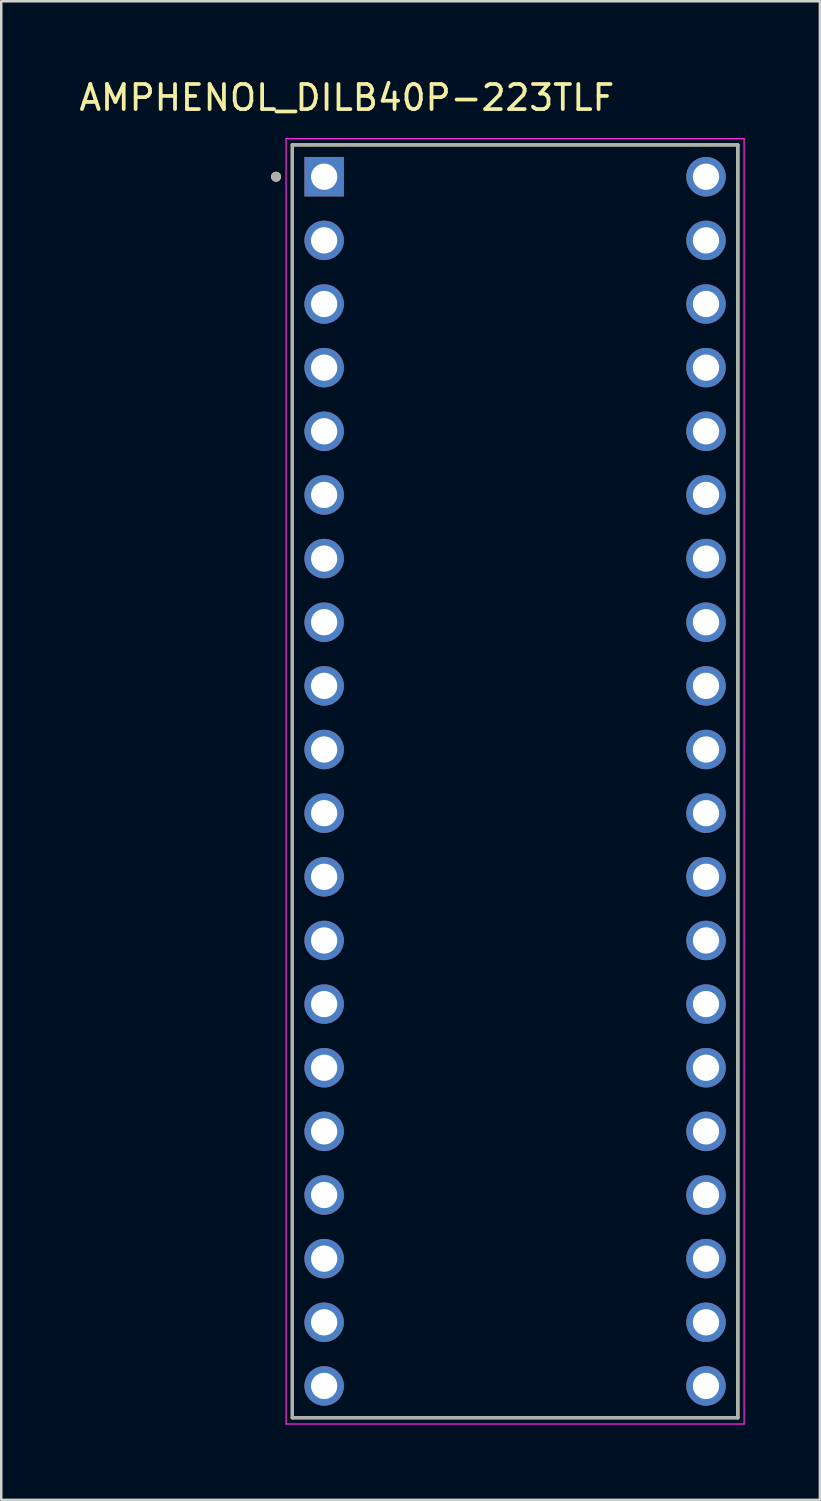
<source format=kicad_pcb>
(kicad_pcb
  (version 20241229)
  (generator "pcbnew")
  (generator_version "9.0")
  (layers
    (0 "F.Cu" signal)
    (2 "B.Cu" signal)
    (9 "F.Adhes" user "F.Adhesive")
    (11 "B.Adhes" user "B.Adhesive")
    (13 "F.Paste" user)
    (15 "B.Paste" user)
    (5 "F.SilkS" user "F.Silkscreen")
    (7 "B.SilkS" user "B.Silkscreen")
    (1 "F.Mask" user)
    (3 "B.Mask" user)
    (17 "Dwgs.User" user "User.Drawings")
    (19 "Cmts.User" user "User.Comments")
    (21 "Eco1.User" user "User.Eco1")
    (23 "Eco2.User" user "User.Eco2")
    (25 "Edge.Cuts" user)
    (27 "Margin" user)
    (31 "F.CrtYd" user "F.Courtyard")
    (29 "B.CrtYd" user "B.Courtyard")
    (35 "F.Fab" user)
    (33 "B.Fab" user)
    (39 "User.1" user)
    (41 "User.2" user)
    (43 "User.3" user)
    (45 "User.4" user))
  (footprint "AMPHENOL_DILB40P-223TLF"
    (layer "F.Cu")
    (at 17.507 28.133)
    (property "Reference" "AMPHENOL_DILB40P-223TLF" (at -6.715 -27.285 0) (layer "F.SilkS") (effects (font (size 1 1) (thickness 0.15))))
    (attr through_hole)
    (fp_line (start -8.89 -25.4) (end 8.89 -25.4) (stroke (width 0.127) (type solid)) (layer "F.SilkS"))
    (fp_line (start -8.89 25.4) (end -8.89 -25.4) (stroke (width 0.127) (type solid)) (layer "F.SilkS"))
    (fp_line (start 8.89 25.4) (end -8.89 25.4) (stroke (width 0.127) (type solid)) (layer "F.SilkS"))
    (fp_line (start 8.89 25.4) (end 8.89 -25.4) (stroke (width 0.127) (type solid)) (layer "F.SilkS"))
    (fp_circle (center -9.54 -24.13) (end -9.44 -24.13) (stroke (width 0.2) (type solid)) (fill no) (layer "F.SilkS"))
    (fp_line (start -9.14 -25.65) (end 9.14 -25.65) (stroke (width 0.05) (type solid)) (layer "F.CrtYd"))
    (fp_line (start -9.14 25.65) (end -9.14 -25.65) (stroke (width 0.05) (type solid)) (layer "F.CrtYd"))
    (fp_line (start 9.14 -25.65) (end 9.14 25.65) (stroke (width 0.05) (type solid)) (layer "F.CrtYd"))
    (fp_line (start 9.14 25.65) (end -9.14 25.65) (stroke (width 0.05) (type solid)) (layer "F.CrtYd"))
    (fp_line (start -8.89 -25.4) (end 8.89 -25.4) (stroke (width 0.127) (type solid)) (layer "F.Fab"))
    (fp_line (start -8.89 25.4) (end -8.89 -25.4) (stroke (width 0.127) (type solid)) (layer "F.Fab"))
    (fp_line (start 8.89 -25.4) (end 8.89 25.4) (stroke (width 0.127) (type solid)) (layer "F.Fab"))
    (fp_line (start 8.89 25.4) (end -8.89 25.4) (stroke (width 0.127) (type solid)) (layer "F.Fab"))
    (fp_circle (center -9.54 -24.13) (end -9.44 -24.13) (stroke (width 0.2) (type solid)) (fill no) (layer "F.Fab"))
    (pad "01" thru_hole rect (at -7.62 -24.13) (size 1.575 1.575) (drill 1.05) (layers "*.Cu" "*.Mask"))
    (pad "02" thru_hole circle (at -7.62 -21.59) (size 1.575 1.575) (drill 1.05) (layers "*.Cu" "*.Mask"))
    (pad "03" thru_hole circle (at -7.62 -19.05) (size 1.575 1.575) (drill 1.05) (layers "*.Cu" "*.Mask"))
    (pad "04" thru_hole circle (at -7.62 -16.51) (size 1.575 1.575) (drill 1.05) (layers "*.Cu" "*.Mask"))
    (pad "05" thru_hole circle (at -7.62 -13.97) (size 1.575 1.575) (drill 1.05) (layers "*.Cu" "*.Mask"))
    (pad "06" thru_hole circle (at -7.62 -11.43) (size 1.575 1.575) (drill 1.05) (layers "*.Cu" "*.Mask"))
    (pad "07" thru_hole circle (at -7.62 -8.89) (size 1.575 1.575) (drill 1.05) (layers "*.Cu" "*.Mask"))
    (pad "08" thru_hole circle (at -7.62 -6.35) (size 1.575 1.575) (drill 1.05) (layers "*.Cu" "*.Mask"))
    (pad "09" thru_hole circle (at -7.62 -3.81) (size 1.575 1.575) (drill 1.05) (layers "*.Cu" "*.Mask"))
    (pad "10" thru_hole circle (at -7.62 -1.27) (size 1.575 1.575) (drill 1.05) (layers "*.Cu" "*.Mask"))
    (pad "11" thru_hole circle (at -7.62 1.27) (size 1.575 1.575) (drill 1.05) (layers "*.Cu" "*.Mask"))
    (pad "12" thru_hole circle (at -7.62 3.81) (size 1.575 1.575) (drill 1.05) (layers "*.Cu" "*.Mask"))
    (pad "13" thru_hole circle (at -7.62 6.35) (size 1.575 1.575) (drill 1.05) (layers "*.Cu" "*.Mask"))
    (pad "14" thru_hole circle (at -7.62 8.89) (size 1.575 1.575) (drill 1.05) (layers "*.Cu" "*.Mask"))
    (pad "15" thru_hole circle (at -7.62 11.43) (size 1.575 1.575) (drill 1.05) (layers "*.Cu" "*.Mask"))
    (pad "16" thru_hole circle (at -7.62 13.97) (size 1.575 1.575) (drill 1.05) (layers "*.Cu" "*.Mask"))
    (pad "17" thru_hole circle (at -7.62 16.51) (size 1.575 1.575) (drill 1.05) (layers "*.Cu" "*.Mask"))
    (pad "18" thru_hole circle (at -7.62 19.05) (size 1.575 1.575) (drill 1.05) (layers "*.Cu" "*.Mask"))
    (pad "19" thru_hole circle (at -7.62 21.59) (size 1.575 1.575) (drill 1.05) (layers "*.Cu" "*.Mask"))
    (pad "20" thru_hole circle (at -7.62 24.13) (size 1.575 1.575) (drill 1.05) (layers "*.Cu" "*.Mask"))
    (pad "21" thru_hole circle (at 7.62 24.13) (size 1.575 1.575) (drill 1.05) (layers "*.Cu" "*.Mask"))
    (pad "22" thru_hole circle (at 7.62 21.59) (size 1.575 1.575) (drill 1.05) (layers "*.Cu" "*.Mask"))
    (pad "23" thru_hole circle (at 7.62 19.05) (size 1.575 1.575) (drill 1.05) (layers "*.Cu" "*.Mask"))
    (pad "24" thru_hole circle (at 7.62 16.51) (size 1.575 1.575) (drill 1.05) (layers "*.Cu" "*.Mask"))
    (pad "25" thru_hole circle (at 7.62 13.97) (size 1.575 1.575) (drill 1.05) (layers "*.Cu" "*.Mask"))
    (pad "26" thru_hole circle (at 7.62 11.43) (size 1.575 1.575) (drill 1.05) (layers "*.Cu" "*.Mask"))
    (pad "27" thru_hole circle (at 7.62 8.89) (size 1.575 1.575) (drill 1.05) (layers "*.Cu" "*.Mask"))
    (pad "28" thru_hole circle (at 7.62 6.35) (size 1.575 1.575) (drill 1.05) (layers "*.Cu" "*.Mask"))
    (pad "29" thru_hole circle (at 7.62 3.81) (size 1.575 1.575) (drill 1.05) (layers "*.Cu" "*.Mask"))
    (pad "30" thru_hole circle (at 7.62 1.27) (size 1.575 1.575) (drill 1.05) (layers "*.Cu" "*.Mask"))
    (pad "31" thru_hole circle (at 7.62 -1.27) (size 1.575 1.575) (drill 1.05) (layers "*.Cu" "*.Mask"))
    (pad "32" thru_hole circle (at 7.62 -3.81) (size 1.575 1.575) (drill 1.05) (layers "*.Cu" "*.Mask"))
    (pad "33" thru_hole circle (at 7.62 -6.35) (size 1.575 1.575) (drill 1.05) (layers "*.Cu" "*.Mask"))
    (pad "34" thru_hole circle (at 7.62 -8.89) (size 1.575 1.575) (drill 1.05) (layers "*.Cu" "*.Mask"))
    (pad "35" thru_hole circle (at 7.62 -11.43) (size 1.575 1.575) (drill 1.05) (layers "*.Cu" "*.Mask"))
    (pad "36" thru_hole circle (at 7.62 -13.97) (size 1.575 1.575) (drill 1.05) (layers "*.Cu" "*.Mask"))
    (pad "37" thru_hole circle (at 7.62 -16.51) (size 1.575 1.575) (drill 1.05) (layers "*.Cu" "*.Mask"))
    (pad "38" thru_hole circle (at 7.62 -19.05) (size 1.575 1.575) (drill 1.05) (layers "*.Cu" "*.Mask"))
    (pad "39" thru_hole circle (at 7.62 -21.59) (size 1.575 1.575) (drill 1.05) (layers "*.Cu" "*.Mask"))
    (pad "40" thru_hole circle (at 7.62 -24.13) (size 1.575 1.575) (drill 1.05) (layers "*.Cu" "*.Mask")))
  (gr_rect
    (start -3 -3)
    (end 29.672 56.808)
    (stroke (width 0.1) (type default))
    (fill no)
    (layer "Edge.Cuts")))
</source>
